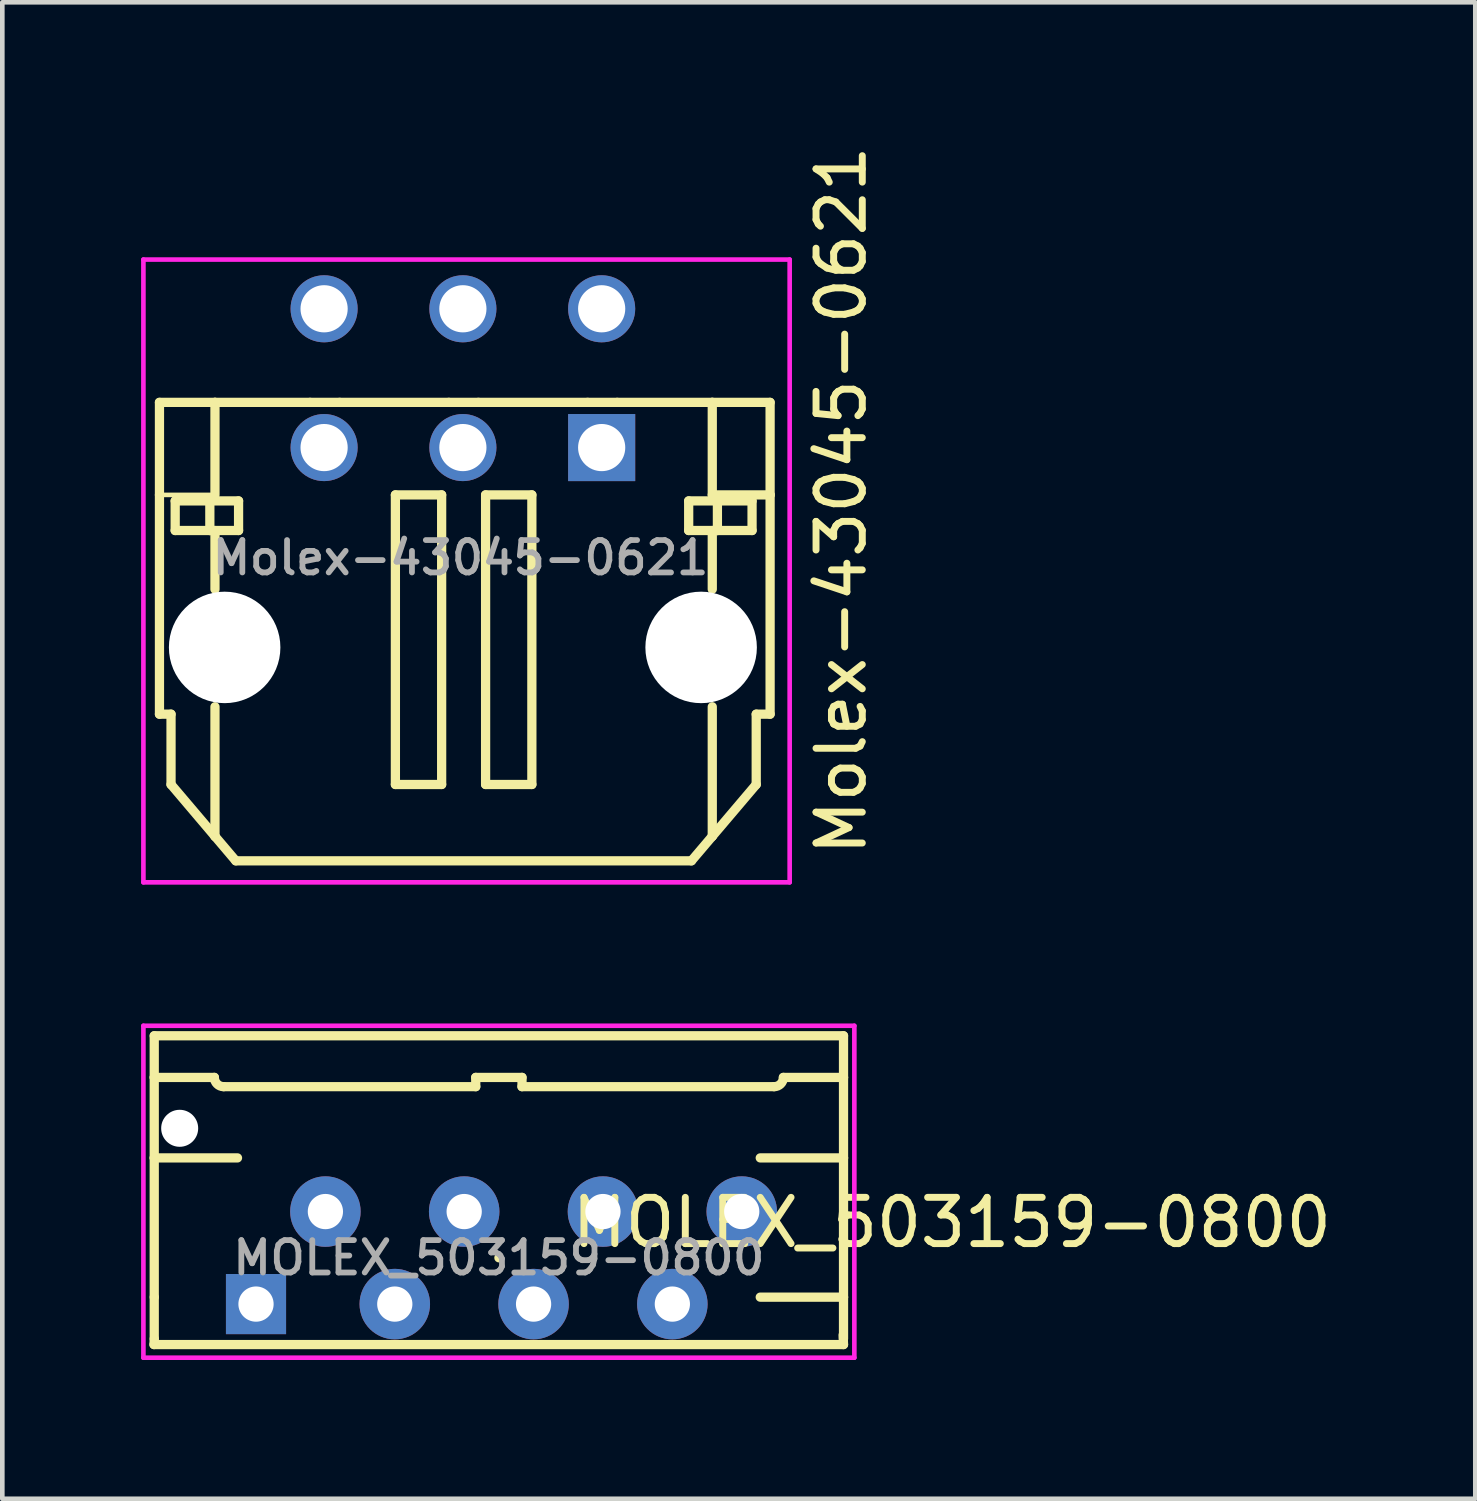
<source format=kicad_pcb>
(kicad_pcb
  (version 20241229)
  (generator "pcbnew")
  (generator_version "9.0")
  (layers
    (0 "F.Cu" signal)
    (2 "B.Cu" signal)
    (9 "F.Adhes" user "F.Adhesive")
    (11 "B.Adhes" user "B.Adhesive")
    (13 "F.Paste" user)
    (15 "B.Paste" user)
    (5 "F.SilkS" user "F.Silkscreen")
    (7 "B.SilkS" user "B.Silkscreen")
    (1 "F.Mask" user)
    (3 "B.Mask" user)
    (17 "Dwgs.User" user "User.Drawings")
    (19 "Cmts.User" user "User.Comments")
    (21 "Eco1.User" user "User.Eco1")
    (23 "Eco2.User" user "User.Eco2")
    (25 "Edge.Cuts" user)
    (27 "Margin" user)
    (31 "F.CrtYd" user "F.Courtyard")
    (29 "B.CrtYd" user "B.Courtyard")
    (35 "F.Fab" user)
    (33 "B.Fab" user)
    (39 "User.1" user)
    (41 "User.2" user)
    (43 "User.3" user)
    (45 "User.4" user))
  (footprint "Molex-43045-0621"
    (layer "F.Cu")
    (at 6.956 7.285)
    (property "Reference" "Molex-43045-0621" (at 8.179 0.483 90) (layer "F.SilkS") (effects (font (size 1 1) (thickness 0.15))))
    (attr through_hole)
    (fp_line (start -6.559 0.363) (end -6.559 -1.637) (stroke (width 0.2) (type solid)) (layer "F.SilkS"))
    (fp_line (start -6.559 0.363) (end -5.359 0.363) (stroke (width 0.1) (type solid)) (layer "F.SilkS"))
    (fp_line (start -6.559 5.103) (end -6.559 0.363) (stroke (width 0.2) (type solid)) (layer "F.SilkS"))
    (fp_line (start -6.309 5.103) (end -6.559 5.103) (stroke (width 0.2) (type solid)) (layer "F.SilkS"))
    (fp_line (start -6.309 6.623) (end -6.309 5.103) (stroke (width 0.2) (type solid)) (layer "F.SilkS"))
    (fp_line (start -6.309 6.623) (end -5.359 7.743) (stroke (width 0.2) (type solid)) (layer "F.SilkS"))
    (fp_line (start -6.219 0.493) (end -6.219 1.133) (stroke (width 0.2) (type solid)) (layer "F.SilkS"))
    (fp_line (start -6.219 1.133) (end -5.47 1.133) (stroke (width 0.2) (type solid)) (layer "F.SilkS"))
    (fp_line (start -5.47 0.493) (end -6.219 0.493) (stroke (width 0.2) (type solid)) (layer "F.SilkS"))
    (fp_line (start -5.47 0.493) (end -4.849 0.493) (stroke (width 0.2) (type solid)) (layer "F.SilkS"))
    (fp_line (start -5.47 1.133) (end -5.47 0.493) (stroke (width 0.2) (type solid)) (layer "F.SilkS"))
    (fp_line (start -5.359 -1.637) (end -6.559 -1.637) (stroke (width 0.2) (type solid)) (layer "F.SilkS"))
    (fp_line (start -5.359 -1.637) (end -3.304 -1.637) (stroke (width 0.2) (type solid)) (layer "F.SilkS"))
    (fp_line (start -5.359 0.363) (end -5.359 -1.637) (stroke (width 0.2) (type solid)) (layer "F.SilkS"))
    (fp_line (start -5.359 0.493) (end -5.359 0.363) (stroke (width 0.1) (type solid)) (layer "F.SilkS"))
    (fp_line (start -5.359 2.403) (end -5.359 1.133) (stroke (width 0.2) (type solid)) (layer "F.SilkS"))
    (fp_line (start -5.359 7.743) (end -5.359 4.943) (stroke (width 0.2) (type solid)) (layer "F.SilkS"))
    (fp_line (start -5.359 7.743) (end -4.909 8.273) (stroke (width 0.2) (type solid)) (layer "F.SilkS"))
    (fp_line (start -4.849 1.133) (end -5.47 1.133) (stroke (width 0.2) (type solid)) (layer "F.SilkS"))
    (fp_line (start -4.849 1.133) (end -4.849 0.493) (stroke (width 0.2) (type solid)) (layer "F.SilkS"))
    (fp_line (start -3.304 -1.637) (end -2.664 -1.637) (stroke (width 0.2) (type solid)) (layer "F.SilkS"))
    (fp_line (start -2.664 -1.637) (end -0.304 -1.637) (stroke (width 0.2) (type solid)) (layer "F.SilkS"))
    (fp_line (start -1.459 6.623) (end -1.459 0.363) (stroke (width 0.2) (type solid)) (layer "F.SilkS"))
    (fp_line (start -0.459 0.363) (end -1.459 0.363) (stroke (width 0.2) (type solid)) (layer "F.SilkS"))
    (fp_line (start -0.459 6.623) (end -1.459 6.623) (stroke (width 0.2) (type solid)) (layer "F.SilkS"))
    (fp_line (start -0.459 6.623) (end -0.459 0.363) (stroke (width 0.2) (type solid)) (layer "F.SilkS"))
    (fp_line (start -0.304 -1.637) (end 0.336 -1.637) (stroke (width 0.2) (type solid)) (layer "F.SilkS"))
    (fp_line (start 0.336 -1.637) (end 2.696 -1.637) (stroke (width 0.2) (type solid)) (layer "F.SilkS"))
    (fp_line (start 0.491 6.623) (end 0.491 0.363) (stroke (width 0.2) (type solid)) (layer "F.SilkS"))
    (fp_line (start 1.491 0.363) (end 0.491 0.363) (stroke (width 0.2) (type solid)) (layer "F.SilkS"))
    (fp_line (start 1.491 6.623) (end 0.491 6.623) (stroke (width 0.2) (type solid)) (layer "F.SilkS"))
    (fp_line (start 1.491 6.623) (end 1.491 0.363) (stroke (width 0.2) (type solid)) (layer "F.SilkS"))
    (fp_line (start 2.696 -1.637) (end 3.336 -1.637) (stroke (width 0.2) (type solid)) (layer "F.SilkS"))
    (fp_line (start 3.336 -1.637) (end 5.391 -1.637) (stroke (width 0.2) (type solid)) (layer "F.SilkS"))
    (fp_line (start 4.881 0.493) (end 4.881 1.133) (stroke (width 0.2) (type solid)) (layer "F.SilkS"))
    (fp_line (start 4.881 0.493) (end 5.502 0.493) (stroke (width 0.2) (type solid)) (layer "F.SilkS"))
    (fp_line (start 4.941 8.273) (end -4.909 8.273) (stroke (width 0.2) (type solid)) (layer "F.SilkS"))
    (fp_line (start 4.941 8.273) (end 5.391 7.743) (stroke (width 0.2) (type solid)) (layer "F.SilkS"))
    (fp_line (start 5.391 0.363) (end 5.391 -1.637) (stroke (width 0.2) (type solid)) (layer "F.SilkS"))
    (fp_line (start 5.391 0.363) (end 6.641 0.363) (stroke (width 0.2) (type solid)) (layer "F.SilkS"))
    (fp_line (start 5.391 0.493) (end 5.391 0.363) (stroke (width 0.1) (type solid)) (layer "F.SilkS"))
    (fp_line (start 5.391 2.403) (end 5.391 1.133) (stroke (width 0.2) (type solid)) (layer "F.SilkS"))
    (fp_line (start 5.391 7.743) (end 5.391 4.943) (stroke (width 0.2) (type solid)) (layer "F.SilkS"))
    (fp_line (start 5.391 7.743) (end 6.341 6.623) (stroke (width 0.2) (type solid)) (layer "F.SilkS"))
    (fp_line (start 5.502 0.493) (end 5.502 1.133) (stroke (width 0.2) (type solid)) (layer "F.SilkS"))
    (fp_line (start 5.502 1.133) (end 4.881 1.133) (stroke (width 0.2) (type solid)) (layer "F.SilkS"))
    (fp_line (start 5.502 1.133) (end 6.251 1.133) (stroke (width 0.2) (type solid)) (layer "F.SilkS"))
    (fp_line (start 6.251 0.493) (end 5.502 0.493) (stroke (width 0.2) (type solid)) (layer "F.SilkS"))
    (fp_line (start 6.251 1.133) (end 6.251 0.493) (stroke (width 0.2) (type solid)) (layer "F.SilkS"))
    (fp_line (start 6.341 5.103) (end 6.641 5.103) (stroke (width 0.2) (type solid)) (layer "F.SilkS"))
    (fp_line (start 6.341 6.623) (end 6.341 5.103) (stroke (width 0.2) (type solid)) (layer "F.SilkS"))
    (fp_line (start 6.641 -1.637) (end 5.391 -1.637) (stroke (width 0.2) (type solid)) (layer "F.SilkS"))
    (fp_line (start 6.641 -1.637) (end 6.641 0.363) (stroke (width 0.2) (type solid)) (layer "F.SilkS"))
    (fp_line (start 6.641 5.103) (end 6.641 0.363) (stroke (width 0.2) (type solid)) (layer "F.SilkS"))
    (fp_line (start -6.906 -4.724) (end -6.906 8.738) (stroke (width 0.1) (type solid)) (layer "F.CrtYd"))
    (fp_line (start -6.906 8.738) (end 7.064 8.738) (stroke (width 0.1) (type solid)) (layer "F.CrtYd"))
    (fp_line (start 7.064 -4.724) (end -6.906 -4.724) (stroke (width 0.1) (type solid)) (layer "F.CrtYd"))
    (fp_line (start 7.064 8.738) (end 7.064 -4.724) (stroke (width 0.1) (type solid)) (layer "F.CrtYd"))
    (fp_text user "${REFERENCE}" (at -0.051 1.722 0) (layer "F.Fab") (effects (font (size 0.7 0.7) (thickness 0.125))))
    (pad "" np_thru_hole circle (at -5.15 3.66) (size 2.41 2.41) (drill 2.41) (layers "*.Cu" "*.Mask"))
    (pad "" np_thru_hole circle (at 5.15 3.66) (size 2.41 2.41) (drill 2.41) (layers "*.Cu" "*.Mask"))
    (pad "1" thru_hole rect (at 3 -0.66) (size 1.45 1.45) (drill 1.02) (layers "*.Cu" "*.Mask"))
    (pad "2" thru_hole circle (at 0 -0.66) (size 1.45 1.45) (drill 1.02) (layers "*.Cu" "*.Mask"))
    (pad "3" thru_hole circle (at -3 -0.66) (size 1.45 1.45) (drill 1.02) (layers "*.Cu" "*.Mask"))
    (pad "4" thru_hole circle (at 3 -3.66) (size 1.45 1.45) (drill 1.02) (layers "*.Cu" "*.Mask"))
    (pad "5" thru_hole circle (at 0 -3.66) (size 1.45 1.45) (drill 1.02) (layers "*.Cu" "*.Mask"))
    (pad "6" thru_hole circle (at -3 -3.66) (size 1.45 1.45) (drill 1.02) (layers "*.Cu" "*.Mask")))
  (footprint "MOLEX_503159-0800"
    (layer "F.Cu")
    (at 7.734 24.14)
    (property "Reference" "MOLEX_503159-0800" (at 9.792 -0.762 0) (layer "F.SilkS") (effects (font (size 1 1) (thickness 0.15))))
    (attr through_hole)
    (fp_line (start -7.455 1.875) (end 7.45 1.875) (stroke (width 0.2) (type solid)) (layer "F.SilkS"))
    (fp_line (start -7.45 -4.8) (end -7.45 -3.9) (stroke (width 0.2) (type solid)) (layer "F.SilkS"))
    (fp_line (start -7.45 -3.9) (end -7.45 -2.16) (stroke (width 0.2) (type solid)) (layer "F.SilkS"))
    (fp_line (start -7.45 -3.9) (end -6.15 -3.9) (stroke (width 0.2) (type solid)) (layer "F.SilkS"))
    (fp_line (start -7.45 -2.16) (end -7.45 0.85) (stroke (width 0.2) (type solid)) (layer "F.SilkS"))
    (fp_line (start -7.45 -2.16) (end -5.65 -2.16) (stroke (width 0.2) (type solid)) (layer "F.SilkS"))
    (fp_line (start -7.45 0.85) (end -7.45 1.75) (stroke (width 0.2) (type solid)) (layer "F.SilkS"))
    (fp_line (start -7.45 1.75) (end -7.455 1.875) (stroke (width 0.2) (type solid)) (layer "F.SilkS"))
    (fp_line (start -0.5 -3.9) (end -0.5 -3.7) (stroke (width 0.2) (type solid)) (layer "F.SilkS"))
    (fp_line (start -0.5 -3.9) (end 0.5 -3.9) (stroke (width 0.2) (type solid)) (layer "F.SilkS"))
    (fp_line (start -0.5 -3.7) (end -5.95 -3.7) (stroke (width 0.2) (type solid)) (layer "F.SilkS"))
    (fp_line (start 0.5 -3.9) (end 0.5 -3.7) (stroke (width 0.2) (type solid)) (layer "F.SilkS"))
    (fp_line (start 5.65 -2.16) (end 7.45 -2.16) (stroke (width 0.2) (type solid)) (layer "F.SilkS"))
    (fp_line (start 5.65 0.85) (end 7.45 0.85) (stroke (width 0.2) (type solid)) (layer "F.SilkS"))
    (fp_line (start 5.95 -3.7) (end 0.5 -3.7) (stroke (width 0.2) (type solid)) (layer "F.SilkS"))
    (fp_line (start 6.15 -3.9) (end 7.45 -3.9) (stroke (width 0.2) (type solid)) (layer "F.SilkS"))
    (fp_line (start 7.45 1.875) (end 7.442 1.669) (stroke (width 0.2) (type solid)) (layer "F.SilkS"))
    (fp_line (start 7.45 -4.8) (end -7.45 -4.8) (stroke (width 0.2) (type solid)) (layer "F.SilkS"))
    (fp_line (start 7.45 -4.8) (end 7.45 -3.9) (stroke (width 0.2) (type solid)) (layer "F.SilkS"))
    (fp_line (start 7.45 -2.16) (end 7.45 -3.9) (stroke (width 0.2) (type solid)) (layer "F.SilkS"))
    (fp_line (start 7.45 -2.16) (end 7.45 0.85) (stroke (width 0.2) (type solid)) (layer "F.SilkS"))
    (fp_line (start 7.45 1.75) (end 7.45 0.85) (stroke (width 0.2) (type solid)) (layer "F.SilkS"))
    (fp_arc (start -5.95 -3.7) (mid -6.091421 -3.758579) (end -6.15 -3.9) (stroke (width 0.2) (type solid)) (layer "F.SilkS"))
    (fp_arc (start 0 0) (mid 0 0) (end 0 0) (stroke (width 0.1) (type solid)) (layer "F.SilkS"))
    (fp_arc (start 6.15 -3.9) (mid 6.091421 -3.758579) (end 5.95 -3.7) (stroke (width 0.2) (type solid)) (layer "F.SilkS"))
    (fp_line (start -7.684 -5.016) (end -7.684 2.159) (stroke (width 0.1) (type solid)) (layer "F.CrtYd"))
    (fp_line (start -7.684 2.159) (end 7.684 2.159) (stroke (width 0.1) (type solid)) (layer "F.CrtYd"))
    (fp_line (start 7.684 -5.016) (end -7.684 -5.016) (stroke (width 0.1) (type solid)) (layer "F.CrtYd"))
    (fp_line (start 7.684 2.159) (end 7.684 -5.016) (stroke (width 0.1) (type solid)) (layer "F.CrtYd"))
    (fp_text user "${REFERENCE}" (at 0 0 0) (layer "F.Fab") (effects (font (size 0.7 0.7) (thickness 0.125))))
    (pad "" np_thru_hole circle (at -6.9 -2.8) (size 0.8 0.8) (drill 0.8) (layers "*.Cu" "*.Mask"))
    (pad "1" thru_hole rect (at -5.25 1) (size 1.3 1.3) (drill 0.762) (layers "*.Cu" "*.Mask"))
    (pad "2" thru_hole circle (at -3.75 -1) (size 1.524 1.524) (drill 0.762) (layers "*.Cu" "*.Mask"))
    (pad "3" thru_hole circle (at -2.25 1) (size 1.524 1.524) (drill 0.762) (layers "*.Cu" "*.Mask"))
    (pad "4" thru_hole circle (at -0.75 -1) (size 1.524 1.524) (drill 0.762) (layers "*.Cu" "*.Mask"))
    (pad "5" thru_hole circle (at 0.75 1) (size 1.524 1.524) (drill 0.762) (layers "*.Cu" "*.Mask"))
    (pad "6" thru_hole circle (at 2.25 -1) (size 1.524 1.524) (drill 0.762) (layers "*.Cu" "*.Mask"))
    (pad "7" thru_hole circle (at 3.75 1) (size 1.524 1.524) (drill 0.762) (layers "*.Cu" "*.Mask"))
    (pad "8" thru_hole circle (at 5.25 -1) (size 1.524 1.524) (drill 0.762) (layers "*.Cu" "*.Mask")))
  (gr_rect
    (start -3 -3)
    (end 28.841 29.349)
    (stroke (width 0.1) (type default))
    (fill no)
    (layer "Edge.Cuts")))
</source>
